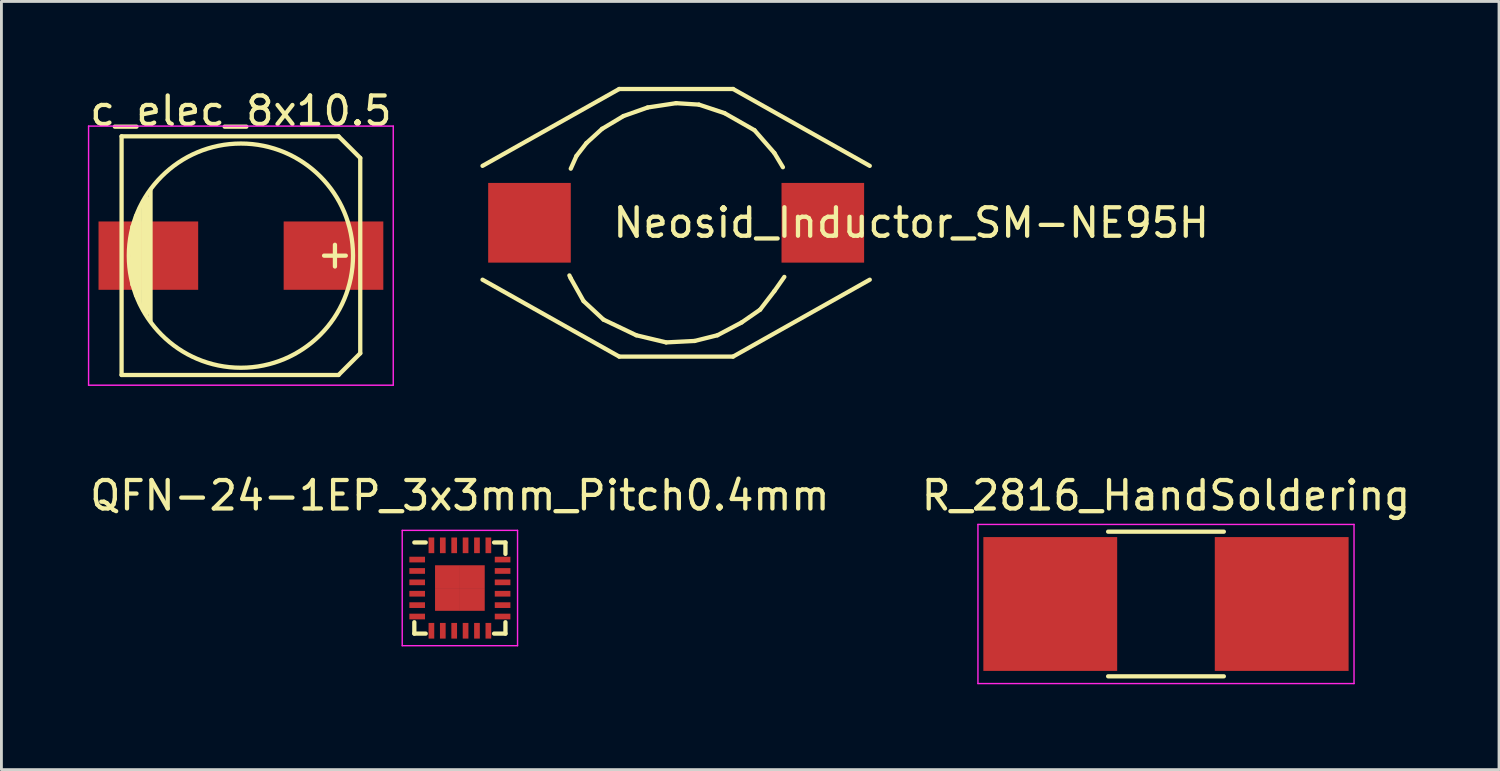
<source format=kicad_pcb>
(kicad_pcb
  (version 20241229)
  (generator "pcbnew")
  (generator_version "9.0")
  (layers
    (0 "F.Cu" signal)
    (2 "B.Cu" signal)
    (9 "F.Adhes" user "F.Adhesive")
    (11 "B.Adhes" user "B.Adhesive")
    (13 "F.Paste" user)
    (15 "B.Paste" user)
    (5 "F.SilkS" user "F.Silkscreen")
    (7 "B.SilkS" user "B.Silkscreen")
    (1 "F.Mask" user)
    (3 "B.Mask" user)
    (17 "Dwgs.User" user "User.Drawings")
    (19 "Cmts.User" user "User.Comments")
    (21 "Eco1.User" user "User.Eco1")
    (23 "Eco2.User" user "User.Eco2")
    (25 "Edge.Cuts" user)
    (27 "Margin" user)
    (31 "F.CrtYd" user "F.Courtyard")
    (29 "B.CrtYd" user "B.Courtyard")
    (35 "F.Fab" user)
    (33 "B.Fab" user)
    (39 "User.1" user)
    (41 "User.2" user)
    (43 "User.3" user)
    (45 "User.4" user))
  (footprint "QFN-24-1EP_3x3mm_Pitch0.4mm"
    (layer "F.Cu")
    (at 13.101 17.602)
    (property "Reference" "QFN-24-1EP_3x3mm_Pitch0.4mm" (at 0 -3.25 0) (layer "F.SilkS") (effects (font (size 1 1) (thickness 0.15))))
    (attr smd)
    (fp_line (start -1.6 -1.6) (end -1.2 -1.6) (stroke (width 0.15) (type solid)) (layer "F.SilkS"))
    (fp_line (start -1.6 1.6) (end -1.6 1.2) (stroke (width 0.15) (type solid)) (layer "F.SilkS"))
    (fp_line (start -1.6 1.6) (end -1.2 1.6) (stroke (width 0.15) (type solid)) (layer "F.SilkS"))
    (fp_line (start 1.6 -1.6) (end 1.2 -1.6) (stroke (width 0.15) (type solid)) (layer "F.SilkS"))
    (fp_line (start 1.6 -1.6) (end 1.6 -1.2) (stroke (width 0.15) (type solid)) (layer "F.SilkS"))
    (fp_line (start 1.6 1.6) (end 1.2 1.6) (stroke (width 0.15) (type solid)) (layer "F.SilkS"))
    (fp_line (start 1.6 1.6) (end 1.6 1.2) (stroke (width 0.15) (type solid)) (layer "F.SilkS"))
    (fp_line (start -2.025 -2.025) (end 2.025 -2.025) (stroke (width 0.05) (type solid)) (layer "F.CrtYd"))
    (fp_line (start -2.025 2.025) (end -2.025 -2.025) (stroke (width 0.05) (type solid)) (layer "F.CrtYd"))
    (fp_line (start 2.025 -2.025) (end 2.025 2.025) (stroke (width 0.05) (type solid)) (layer "F.CrtYd"))
    (fp_line (start 2.025 2.025) (end -2.025 2.025) (stroke (width 0.05) (type solid)) (layer "F.CrtYd"))
    (pad "1" smd rect (at -1.5 -1) (size 0.55 0.2) (layers "F.Cu" "F.Mask" "F.Paste"))
    (pad "2" smd rect (at -1.5 -0.6) (size 0.55 0.2) (layers "F.Cu" "F.Mask" "F.Paste"))
    (pad "3" smd rect (at -1.5 -0.2) (size 0.55 0.2) (layers "F.Cu" "F.Mask" "F.Paste"))
    (pad "4" smd rect (at -1.5 0.2) (size 0.55 0.2) (layers "F.Cu" "F.Mask" "F.Paste"))
    (pad "5" smd rect (at -1.5 0.6) (size 0.55 0.2) (layers "F.Cu" "F.Mask" "F.Paste"))
    (pad "6" smd rect (at -1.5 1) (size 0.55 0.2) (layers "F.Cu" "F.Mask" "F.Paste"))
    (pad "7" smd rect (at -1 1.5 90) (size 0.55 0.2) (layers "F.Cu" "F.Mask" "F.Paste"))
    (pad "8" smd rect (at -0.6 1.5 90) (size 0.55 0.2) (layers "F.Cu" "F.Mask" "F.Paste"))
    (pad "9" smd rect (at -0.2 1.5 90) (size 0.55 0.2) (layers "F.Cu" "F.Mask" "F.Paste"))
    (pad "10" smd rect (at 0.2 1.5 90) (size 0.55 0.2) (layers "F.Cu" "F.Mask" "F.Paste"))
    (pad "11" smd rect (at 0.6 1.5 90) (size 0.55 0.2) (layers "F.Cu" "F.Mask" "F.Paste"))
    (pad "12" smd rect (at 1 1.5 90) (size 0.55 0.2) (layers "F.Cu" "F.Mask" "F.Paste"))
    (pad "13" smd rect (at 1.5 1) (size 0.55 0.2) (layers "F.Cu" "F.Mask" "F.Paste"))
    (pad "14" smd rect (at 1.5 0.6) (size 0.55 0.2) (layers "F.Cu" "F.Mask" "F.Paste"))
    (pad "15" smd rect (at 1.5 0.2) (size 0.55 0.2) (layers "F.Cu" "F.Mask" "F.Paste"))
    (pad "16" smd rect (at 1.5 -0.2) (size 0.55 0.2) (layers "F.Cu" "F.Mask" "F.Paste"))
    (pad "17" smd rect (at 1.5 -0.6) (size 0.55 0.2) (layers "F.Cu" "F.Mask" "F.Paste"))
    (pad "18" smd rect (at 1.5 -1) (size 0.55 0.2) (layers "F.Cu" "F.Mask" "F.Paste"))
    (pad "19" smd rect (at 1 -1.5 90) (size 0.55 0.2) (layers "F.Cu" "F.Mask" "F.Paste"))
    (pad "20" smd rect (at 0.6 -1.5 90) (size 0.55 0.2) (layers "F.Cu" "F.Mask" "F.Paste"))
    (pad "21" smd rect (at 0.2 -1.5 90) (size 0.55 0.2) (layers "F.Cu" "F.Mask" "F.Paste"))
    (pad "22" smd rect (at -0.2 -1.5 90) (size 0.55 0.2) (layers "F.Cu" "F.Mask" "F.Paste"))
    (pad "23" smd rect (at -0.6 -1.5 90) (size 0.55 0.2) (layers "F.Cu" "F.Mask" "F.Paste"))
    (pad "24" smd rect (at -1 -1.5 90) (size 0.55 0.2) (layers "F.Cu" "F.Mask" "F.Paste"))
    (pad "25" smd rect (at -0.435 -0.4) (size 0.875 0.8) (layers "F.Cu" "F.Mask" "F.Paste"))
    (pad "25" smd rect (at -0.435 0.4) (size 0.875 0.8) (layers "F.Cu" "F.Mask" "F.Paste"))
    (pad "25" smd rect (at 0.435 -0.4) (size 0.875 0.8) (layers "F.Cu" "F.Mask" "F.Paste"))
    (pad "25" smd rect (at 0.435 0.4) (size 0.875 0.8) (layers "F.Cu" "F.Mask" "F.Paste")))
  (footprint "c_elec_8x10.5"
    (layer "F.Cu")
    (at 5.411 5.928)
    (property "Reference" "c_elec_8x10.5" (at 0 -5.08 0) (layer "F.SilkS") (effects (font (size 1 1) (thickness 0.15))))
    (attr smd)
    (fp_line (start -4.191 -4.191) (end -4.191 4.191) (stroke (width 0.15) (type solid)) (layer "F.SilkS"))
    (fp_line (start -4.191 4.191) (end 3.429 4.191) (stroke (width 0.15) (type solid)) (layer "F.SilkS"))
    (fp_line (start -3.81 -1.016) (end -3.81 1.016) (stroke (width 0.15) (type solid)) (layer "F.SilkS"))
    (fp_line (start -3.683 1.397) (end -3.683 -1.397) (stroke (width 0.15) (type solid)) (layer "F.SilkS"))
    (fp_line (start -3.556 -1.651) (end -3.556 1.651) (stroke (width 0.15) (type solid)) (layer "F.SilkS"))
    (fp_line (start -3.429 1.905) (end -3.429 -1.905) (stroke (width 0.15) (type solid)) (layer "F.SilkS"))
    (fp_line (start -3.302 2.032) (end -3.302 -2.032) (stroke (width 0.15) (type solid)) (layer "F.SilkS"))
    (fp_line (start -3.175 -2.286) (end -3.175 2.286) (stroke (width 0.15) (type solid)) (layer "F.SilkS"))
    (fp_line (start 3.302 -0.381) (end 3.302 0.381) (stroke (width 0.15) (type solid)) (layer "F.SilkS"))
    (fp_line (start 3.429 -4.191) (end -4.191 -4.191) (stroke (width 0.15) (type solid)) (layer "F.SilkS"))
    (fp_line (start 3.429 4.191) (end 4.191 3.429) (stroke (width 0.15) (type solid)) (layer "F.SilkS"))
    (fp_line (start 3.683 0) (end 2.921 0) (stroke (width 0.15) (type solid)) (layer "F.SilkS"))
    (fp_line (start 4.191 -3.429) (end 3.429 -4.191) (stroke (width 0.15) (type solid)) (layer "F.SilkS"))
    (fp_line (start 4.191 3.429) (end 4.191 -3.429) (stroke (width 0.15) (type solid)) (layer "F.SilkS"))
    (fp_circle (center 0 0) (end 3.937 0) (stroke (width 0.15) (type solid)) (fill no) (layer "F.SilkS"))
    (fp_line (start -5.35 -4.55) (end 5.35 -4.55) (stroke (width 0.05) (type solid)) (layer "F.CrtYd"))
    (fp_line (start -5.35 4.55) (end -5.35 -4.55) (stroke (width 0.05) (type solid)) (layer "F.CrtYd"))
    (fp_line (start 5.35 -4.55) (end 5.35 4.55) (stroke (width 0.05) (type solid)) (layer "F.CrtYd"))
    (fp_line (start 5.35 4.55) (end -5.35 4.55) (stroke (width 0.05) (type solid)) (layer "F.CrtYd"))
    (pad "1" smd rect (at 3.251 0) (size 3.5 2.4) (layers "F.Cu" "F.Mask" "F.Paste"))
    (pad "2" smd rect (at -3.251 0) (size 3.5 2.4) (layers "F.Cu" "F.Mask" "F.Paste")))
  (footprint "Neosid_Inductor_SM-NE95H"
    (layer "F.Cu")
    (at 20.696 4.774)
    (property "Reference" "Neosid_Inductor_SM-NE95H" (at 8.255 0 0) (layer "F.SilkS") (effects (font (size 1 1) (thickness 0.15))))
    (attr smd)
    (fp_line (start -3.701 -1.9) (end -3.5 -2.349) (stroke (width 0.15) (type solid)) (layer "F.SilkS"))
    (fp_line (start -3.701 1.951) (end -3.749 1.849) (stroke (width 0.15) (type solid)) (layer "F.SilkS"))
    (fp_line (start -3.5 -2.349) (end -3.15 -2.799) (stroke (width 0.15) (type solid)) (layer "F.SilkS"))
    (fp_line (start -3.251 2.751) (end -3.701 1.951) (stroke (width 0.15) (type solid)) (layer "F.SilkS"))
    (fp_line (start -3.15 -2.799) (end -2.601 -3.299) (stroke (width 0.15) (type solid)) (layer "F.SilkS"))
    (fp_line (start -2.601 -3.299) (end -1.849 -3.749) (stroke (width 0.15) (type solid)) (layer "F.SilkS"))
    (fp_line (start -2.55 3.401) (end -3.251 2.751) (stroke (width 0.15) (type solid)) (layer "F.SilkS"))
    (fp_line (start -1.999 -4.699) (end -6.8 -1.999) (stroke (width 0.15) (type solid)) (layer "F.SilkS"))
    (fp_line (start -1.999 4.699) (end -6.8 1.999) (stroke (width 0.15) (type solid)) (layer "F.SilkS"))
    (fp_line (start -1.849 -3.749) (end -1.001 -4.049) (stroke (width 0.15) (type solid)) (layer "F.SilkS"))
    (fp_line (start -1.4 3.95) (end -2.55 3.401) (stroke (width 0.15) (type solid)) (layer "F.SilkS"))
    (fp_line (start -1.001 -4.049) (end 0 -4.201) (stroke (width 0.15) (type solid)) (layer "F.SilkS"))
    (fp_line (start -0.351 4.201) (end -1.4 3.95) (stroke (width 0.15) (type solid)) (layer "F.SilkS"))
    (fp_line (start 0 -4.201) (end 0.8 -4.15) (stroke (width 0.15) (type solid)) (layer "F.SilkS"))
    (fp_line (start 0.65 4.15) (end -0.351 4.201) (stroke (width 0.15) (type solid)) (layer "F.SilkS"))
    (fp_line (start 0.8 -4.15) (end 1.699 -3.851) (stroke (width 0.15) (type solid)) (layer "F.SilkS"))
    (fp_line (start 1.45 3.95) (end 0.65 4.15) (stroke (width 0.15) (type solid)) (layer "F.SilkS"))
    (fp_line (start 1.699 -3.851) (end 2.751 -3.251) (stroke (width 0.15) (type solid)) (layer "F.SilkS"))
    (fp_line (start 1.999 -4.699) (end -1.999 -4.699) (stroke (width 0.15) (type solid)) (layer "F.SilkS"))
    (fp_line (start 1.999 4.699) (end -1.999 4.699) (stroke (width 0.15) (type solid)) (layer "F.SilkS"))
    (fp_line (start 2.301 3.5) (end 1.45 3.95) (stroke (width 0.15) (type solid)) (layer "F.SilkS"))
    (fp_line (start 2.751 -3.251) (end 3.449 -2.451) (stroke (width 0.15) (type solid)) (layer "F.SilkS"))
    (fp_line (start 2.949 3.051) (end 2.301 3.5) (stroke (width 0.15) (type solid)) (layer "F.SilkS"))
    (fp_line (start 3.449 -2.451) (end 3.749 -1.951) (stroke (width 0.15) (type solid)) (layer "F.SilkS"))
    (fp_line (start 3.449 2.4) (end 2.949 3.051) (stroke (width 0.15) (type solid)) (layer "F.SilkS"))
    (fp_line (start 3.8 1.9) (end 3.449 2.4) (stroke (width 0.15) (type solid)) (layer "F.SilkS"))
    (fp_line (start 6.8 -1.999) (end 1.999 -4.699) (stroke (width 0.15) (type solid)) (layer "F.SilkS"))
    (fp_line (start 6.8 1.999) (end 1.999 4.699) (stroke (width 0.15) (type solid)) (layer "F.SilkS"))
    (pad "1" smd rect (at -5.151 0) (size 2.901 2.799) (layers "F.Cu" "F.Mask" "F.Paste"))
    (pad "2" smd rect (at 5.151 0) (size 2.901 2.799) (layers "F.Cu" "F.Mask" "F.Paste")))
  (footprint "R_2816_HandSoldering"
    (layer "F.Cu")
    (at 37.899 18.162)
    (property "Reference" "R_2816_HandSoldering" (at 0 -3.81 0) (layer "F.SilkS") (effects (font (size 1 1) (thickness 0.15))))
    (attr smd)
    (fp_line (start -2.032 -2.54) (end 2.032 -2.54) (stroke (width 0.15) (type solid)) (layer "F.SilkS"))
    (fp_line (start -2.032 2.54) (end 2.032 2.54) (stroke (width 0.15) (type solid)) (layer "F.SilkS"))
    (fp_line (start -6.604 -2.794) (end 6.604 -2.794) (stroke (width 0.05) (type solid)) (layer "F.CrtYd"))
    (fp_line (start -6.604 2.794) (end -6.604 -2.794) (stroke (width 0.05) (type solid)) (layer "F.CrtYd"))
    (fp_line (start 6.604 -2.794) (end 6.604 2.794) (stroke (width 0.05) (type solid)) (layer "F.CrtYd"))
    (fp_line (start 6.604 2.794) (end -6.604 2.794) (stroke (width 0.05) (type solid)) (layer "F.CrtYd"))
    (pad "1" smd rect (at -4.064 0) (size 4.7 4.7) (layers "F.Cu" "F.Mask" "F.Paste"))
    (pad "2" smd rect (at 4.064 0) (size 4.7 4.7) (layers "F.Cu" "F.Mask" "F.Paste")))
  (gr_rect
    (start -3 -3)
    (end 49.595 23.98)
    (stroke (width 0.1) (type default))
    (fill no)
    (layer "Edge.Cuts")))
</source>
